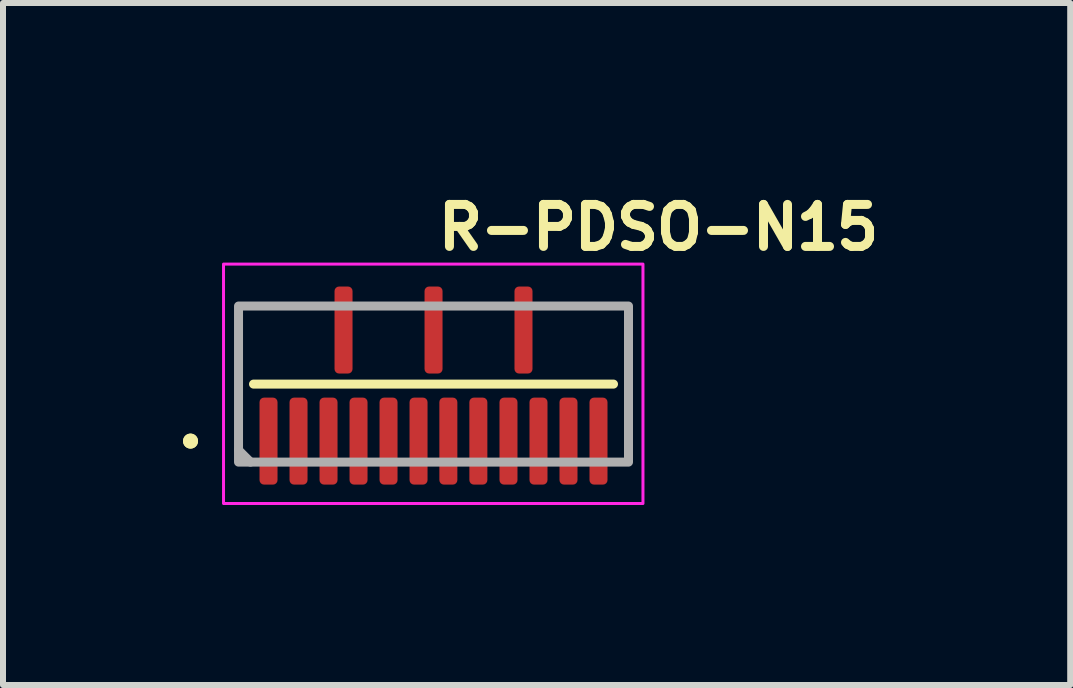
<source format=kicad_pcb>
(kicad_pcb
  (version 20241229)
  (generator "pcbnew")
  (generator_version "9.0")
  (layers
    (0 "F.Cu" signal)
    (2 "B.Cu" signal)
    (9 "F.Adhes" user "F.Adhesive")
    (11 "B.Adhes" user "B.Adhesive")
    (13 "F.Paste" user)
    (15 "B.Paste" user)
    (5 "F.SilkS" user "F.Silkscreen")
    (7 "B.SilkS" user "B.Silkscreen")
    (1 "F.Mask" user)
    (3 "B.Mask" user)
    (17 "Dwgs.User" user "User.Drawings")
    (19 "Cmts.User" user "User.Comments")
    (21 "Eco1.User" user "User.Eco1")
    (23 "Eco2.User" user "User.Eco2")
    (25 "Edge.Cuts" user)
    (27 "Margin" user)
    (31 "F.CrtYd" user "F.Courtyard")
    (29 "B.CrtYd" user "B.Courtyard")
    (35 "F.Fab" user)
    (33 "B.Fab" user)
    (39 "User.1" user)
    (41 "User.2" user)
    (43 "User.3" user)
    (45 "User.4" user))
  (footprint "R-PDSO-N15"
    (layer "F.Cu")
    (at 4.175 3.351)
    (property "Reference" "R-PDSO-N15" (at 0 -2.201 0) (layer "F.SilkS") (effects (font (size 0.7 0.7) (thickness 0.15)) (justify left bottom)))
    (attr smd)
    (fp_line (start 2.999 0) (end -3 0) (stroke (width 0.15) (type solid)) (layer "F.SilkS"))
    (fp_circle (center -4.05 0.95) (end -4 0.95) (stroke (width 0.15) (type solid)) (fill yes) (layer "F.SilkS"))
    (fp_circle (center -4.05 0.95) (end -4 0.95) (stroke (width 0.15) (type solid)) (fill yes) (layer "F.SilkS"))
    (fp_rect (start -3.5 -2) (end 3.49 1.99) (stroke (width 0.05) (type solid)) (fill no) (layer "F.CrtYd"))
    (fp_line (start -3.051 1.3) (end -3.25 1.1) (stroke (width 0.15) (type solid)) (layer "F.Fab"))
    (fp_rect (start -3.25 -1.301) (end 3.249 1.3) (stroke (width 0.15) (type solid)) (fill no) (layer "F.Fab"))
    (fp_rect (start -3.25 -1.301) (end 3.249 1.3) (stroke (width 0.1) (type solid)) (fill no) (layer "User.5"))
    (fp_rect (start -3.25 -1.301) (end 3.249 1.3) (stroke (width 0.1) (type solid)) (fill no) (layer "User.5"))
    (fp_line (start -3.25 -1.281) (end 3.249 -1.281) (stroke (width 0.02) (type solid)) (layer "User.9"))
    (fp_line (start -3.25 1.28) (end -3.25 -1.281) (stroke (width 0.02) (type solid)) (layer "User.9"))
    (fp_line (start -2.952 0.786) (end -2.949 0.773) (stroke (width 0.02) (type solid)) (layer "User.9"))
    (fp_line (start -2.952 0.8) (end -2.952 0.786) (stroke (width 0.02) (type solid)) (layer "User.9"))
    (fp_line (start -2.952 0.806) (end -2.952 0.8) (stroke (width 0.02) (type solid)) (layer "User.9"))
    (fp_line (start -2.952 0.813) (end -2.952 0.806) (stroke (width 0.02) (type solid)) (layer "User.9"))
    (fp_line (start -2.952 0.819) (end -2.952 0.813) (stroke (width 0.02) (type solid)) (layer "User.9"))
    (fp_line (start -2.949 0.773) (end -2.948 0.758) (stroke (width 0.02) (type solid)) (layer "User.9"))
    (fp_line (start -2.949 0.826) (end -2.952 0.819) (stroke (width 0.02) (type solid)) (layer "User.9"))
    (fp_line (start -2.948 0.758) (end -2.944 0.745) (stroke (width 0.02) (type solid)) (layer "User.9"))
    (fp_line (start -2.948 0.832) (end -2.949 0.826) (stroke (width 0.02) (type solid)) (layer "User.9"))
    (fp_line (start -2.948 0.837) (end -2.948 0.832) (stroke (width 0.02) (type solid)) (layer "User.9"))
    (fp_line (start -2.945 0.843) (end -2.948 0.837) (stroke (width 0.02) (type solid)) (layer "User.9"))
    (fp_line (start -2.944 0.745) (end -2.94 0.733) (stroke (width 0.02) (type solid)) (layer "User.9"))
    (fp_line (start -2.944 0.85) (end -2.945 0.843) (stroke (width 0.02) (type solid)) (layer "User.9"))
    (fp_line (start -2.943 0.856) (end -2.944 0.85) (stroke (width 0.02) (type solid)) (layer "User.9"))
    (fp_line (start -2.94 0.733) (end -2.935 0.721) (stroke (width 0.02) (type solid)) (layer "User.9"))
    (fp_line (start -2.94 0.862) (end -2.943 0.856) (stroke (width 0.02) (type solid)) (layer "User.9"))
    (fp_line (start -2.939 0.868) (end -2.94 0.862) (stroke (width 0.02) (type solid)) (layer "User.9"))
    (fp_line (start -2.935 0.721) (end -2.931 0.709) (stroke (width 0.02) (type solid)) (layer "User.9"))
    (fp_line (start -2.935 0.874) (end -2.939 0.868) (stroke (width 0.02) (type solid)) (layer "User.9"))
    (fp_line (start -2.935 0.88) (end -2.935 0.874) (stroke (width 0.02) (type solid)) (layer "User.9"))
    (fp_line (start -2.931 0.709) (end -2.924 0.7) (stroke (width 0.02) (type solid)) (layer "User.9"))
    (fp_line (start -2.931 0.886) (end -2.935 0.88) (stroke (width 0.02) (type solid)) (layer "User.9"))
    (fp_line (start -2.927 0.892) (end -2.931 0.886) (stroke (width 0.02) (type solid)) (layer "User.9"))
    (fp_line (start -2.924 0.7) (end -2.919 0.689) (stroke (width 0.02) (type solid)) (layer "User.9"))
    (fp_line (start -2.924 0.9) (end -2.927 0.892) (stroke (width 0.02) (type solid)) (layer "User.9"))
    (fp_line (start -2.92 0.905) (end -2.924 0.9) (stroke (width 0.02) (type solid)) (layer "User.9"))
    (fp_line (start -2.919 0.689) (end -2.911 0.678) (stroke (width 0.02) (type solid)) (layer "User.9"))
    (fp_line (start -2.919 0.91) (end -2.92 0.905) (stroke (width 0.02) (type solid)) (layer "User.9"))
    (fp_line (start -2.915 0.916) (end -2.919 0.91) (stroke (width 0.02) (type solid)) (layer "User.9"))
    (fp_line (start -2.911 0.678) (end -2.903 0.668) (stroke (width 0.02) (type solid)) (layer "User.9"))
    (fp_line (start -2.911 0.921) (end -2.915 0.916) (stroke (width 0.02) (type solid)) (layer "User.9"))
    (fp_line (start -2.907 0.926) (end -2.911 0.921) (stroke (width 0.02) (type solid)) (layer "User.9"))
    (fp_line (start -2.903 0.668) (end -2.892 0.658) (stroke (width 0.02) (type solid)) (layer "User.9"))
    (fp_line (start -2.903 0.931) (end -2.907 0.926) (stroke (width 0.02) (type solid)) (layer "User.9"))
    (fp_line (start -2.9 1.3) (end -2.9 1.28) (stroke (width 0.02) (type solid)) (layer "User.9"))
    (fp_line (start -2.899 0.936) (end -2.903 0.931) (stroke (width 0.02) (type solid)) (layer "User.9"))
    (fp_line (start -2.892 0.658) (end -2.883 0.649) (stroke (width 0.02) (type solid)) (layer "User.9"))
    (fp_line (start -2.892 0.941) (end -2.899 0.936) (stroke (width 0.02) (type solid)) (layer "User.9"))
    (fp_line (start -2.888 0.945) (end -2.892 0.941) (stroke (width 0.02) (type solid)) (layer "User.9"))
    (fp_line (start -2.883 0.649) (end -2.875 0.641) (stroke (width 0.02) (type solid)) (layer "User.9"))
    (fp_line (start -2.883 0.95) (end -2.888 0.945) (stroke (width 0.02) (type solid)) (layer "User.9"))
    (fp_line (start -2.879 0.954) (end -2.883 0.95) (stroke (width 0.02) (type solid)) (layer "User.9"))
    (fp_line (start -2.875 0.641) (end -2.863 0.631) (stroke (width 0.02) (type solid)) (layer "User.9"))
    (fp_line (start -2.875 0.958) (end -2.879 0.954) (stroke (width 0.02) (type solid)) (layer "User.9"))
    (fp_line (start -2.867 0.96) (end -2.875 0.958) (stroke (width 0.02) (type solid)) (layer "User.9"))
    (fp_line (start -2.863 0.631) (end -2.851 0.624) (stroke (width 0.02) (type solid)) (layer "User.9"))
    (fp_line (start -2.863 0.964) (end -2.867 0.96) (stroke (width 0.02) (type solid)) (layer "User.9"))
    (fp_line (start -2.856 0.967) (end -2.863 0.964) (stroke (width 0.02) (type solid)) (layer "User.9"))
    (fp_line (start -2.851 0.624) (end -2.851 0.624) (stroke (width 0.02) (type solid)) (layer "User.9"))
    (fp_line (start -2.851 0.624) (end -2.839 0.618) (stroke (width 0.02) (type solid)) (layer "User.9"))
    (fp_line (start -2.851 0.971) (end -2.856 0.967) (stroke (width 0.02) (type solid)) (layer "User.9"))
    (fp_line (start -2.851 0.971) (end -2.851 0.971) (stroke (width 0.02) (type solid)) (layer "User.9"))
    (fp_line (start -2.839 0.618) (end -2.827 0.613) (stroke (width 0.02) (type solid)) (layer "User.9"))
    (fp_line (start -2.839 0.977) (end -2.851 0.971) (stroke (width 0.02) (type solid)) (layer "User.9"))
    (fp_line (start -2.827 0.613) (end -2.814 0.608) (stroke (width 0.02) (type solid)) (layer "User.9"))
    (fp_line (start -2.827 0.982) (end -2.839 0.977) (stroke (width 0.02) (type solid)) (layer "User.9"))
    (fp_line (start -2.814 0.608) (end -2.802 0.604) (stroke (width 0.02) (type solid)) (layer "User.9"))
    (fp_line (start -2.814 0.987) (end -2.827 0.982) (stroke (width 0.02) (type solid)) (layer "User.9"))
    (fp_line (start -2.802 0.604) (end -2.79 0.601) (stroke (width 0.02) (type solid)) (layer "User.9"))
    (fp_line (start -2.802 0.991) (end -2.814 0.987) (stroke (width 0.02) (type solid)) (layer "User.9"))
    (fp_line (start -2.79 0.601) (end -2.778 0.599) (stroke (width 0.02) (type solid)) (layer "User.9"))
    (fp_line (start -2.79 0.994) (end -2.802 0.991) (stroke (width 0.02) (type solid)) (layer "User.9"))
    (fp_line (start -2.778 0.599) (end -2.763 0.598) (stroke (width 0.02) (type solid)) (layer "User.9"))
    (fp_line (start -2.778 0.996) (end -2.79 0.994) (stroke (width 0.02) (type solid)) (layer "User.9"))
    (fp_line (start -2.763 0.598) (end -2.75 0.598) (stroke (width 0.02) (type solid)) (layer "User.9"))
    (fp_line (start -2.763 0.997) (end -2.778 0.996) (stroke (width 0.02) (type solid)) (layer "User.9"))
    (fp_line (start -2.75 0.598) (end -2.738 0.598) (stroke (width 0.02) (type solid)) (layer "User.9"))
    (fp_line (start -2.75 0.998) (end -2.763 0.997) (stroke (width 0.02) (type solid)) (layer "User.9"))
    (fp_line (start -2.738 0.598) (end -2.726 0.599) (stroke (width 0.02) (type solid)) (layer "User.9"))
    (fp_line (start -2.738 0.997) (end -2.75 0.998) (stroke (width 0.02) (type solid)) (layer "User.9"))
    (fp_line (start -2.726 0.599) (end -2.714 0.601) (stroke (width 0.02) (type solid)) (layer "User.9"))
    (fp_line (start -2.726 0.996) (end -2.738 0.997) (stroke (width 0.02) (type solid)) (layer "User.9"))
    (fp_line (start -2.714 0.601) (end -2.699 0.604) (stroke (width 0.02) (type solid)) (layer "User.9"))
    (fp_line (start -2.714 0.994) (end -2.726 0.996) (stroke (width 0.02) (type solid)) (layer "User.9"))
    (fp_line (start -2.699 0.604) (end -2.689 0.608) (stroke (width 0.02) (type solid)) (layer "User.9"))
    (fp_line (start -2.699 0.991) (end -2.714 0.994) (stroke (width 0.02) (type solid)) (layer "User.9"))
    (fp_line (start -2.689 0.608) (end -2.674 0.613) (stroke (width 0.02) (type solid)) (layer "User.9"))
    (fp_line (start -2.689 0.987) (end -2.699 0.991) (stroke (width 0.02) (type solid)) (layer "User.9"))
    (fp_line (start -2.674 0.613) (end -2.662 0.618) (stroke (width 0.02) (type solid)) (layer "User.9"))
    (fp_line (start -2.674 0.982) (end -2.689 0.987) (stroke (width 0.02) (type solid)) (layer "User.9"))
    (fp_line (start -2.662 0.618) (end -2.65 0.624) (stroke (width 0.02) (type solid)) (layer "User.9"))
    (fp_line (start -2.662 0.977) (end -2.674 0.982) (stroke (width 0.02) (type solid)) (layer "User.9"))
    (fp_line (start -2.65 0.624) (end -2.65 0.624) (stroke (width 0.02) (type solid)) (layer "User.9"))
    (fp_line (start -2.65 0.624) (end -2.645 0.628) (stroke (width 0.02) (type solid)) (layer "User.9"))
    (fp_line (start -2.65 0.971) (end -2.662 0.977) (stroke (width 0.02) (type solid)) (layer "User.9"))
    (fp_line (start -2.65 0.971) (end -2.65 0.971) (stroke (width 0.02) (type solid)) (layer "User.9"))
    (fp_line (start -2.645 0.628) (end -2.641 0.631) (stroke (width 0.02) (type solid)) (layer "User.9"))
    (fp_line (start -2.641 0.631) (end -2.634 0.635) (stroke (width 0.02) (type solid)) (layer "User.9"))
    (fp_line (start -2.641 0.964) (end -2.65 0.971) (stroke (width 0.02) (type solid)) (layer "User.9"))
    (fp_line (start -2.634 0.635) (end -2.629 0.641) (stroke (width 0.02) (type solid)) (layer "User.9"))
    (fp_line (start -2.629 0.641) (end -2.625 0.645) (stroke (width 0.02) (type solid)) (layer "User.9"))
    (fp_line (start -2.629 0.958) (end -2.641 0.964) (stroke (width 0.02) (type solid)) (layer "User.9"))
    (fp_line (start -2.625 0.645) (end -2.618 0.649) (stroke (width 0.02) (type solid)) (layer "User.9"))
    (fp_line (start -2.618 0.649) (end -2.613 0.654) (stroke (width 0.02) (type solid)) (layer "User.9"))
    (fp_line (start -2.618 0.95) (end -2.629 0.958) (stroke (width 0.02) (type solid)) (layer "User.9"))
    (fp_line (start -2.613 0.654) (end -2.609 0.658) (stroke (width 0.02) (type solid)) (layer "User.9"))
    (fp_line (start -2.609 0.658) (end -2.605 0.663) (stroke (width 0.02) (type solid)) (layer "User.9"))
    (fp_line (start -2.609 0.941) (end -2.618 0.95) (stroke (width 0.02) (type solid)) (layer "User.9"))
    (fp_line (start -2.605 0.663) (end -2.601 0.668) (stroke (width 0.02) (type solid)) (layer "User.9"))
    (fp_line (start -2.601 0.668) (end -2.597 0.673) (stroke (width 0.02) (type solid)) (layer "User.9"))
    (fp_line (start -2.601 0.931) (end -2.609 0.941) (stroke (width 0.02) (type solid)) (layer "User.9"))
    (fp_line (start -2.601 1.28) (end -2.601 1.3) (stroke (width 0.02) (type solid)) (layer "User.9"))
    (fp_line (start -2.601 1.3) (end -2.9 1.3) (stroke (width 0.02) (type solid)) (layer "User.9"))
    (fp_line (start -2.597 0.673) (end -2.593 0.678) (stroke (width 0.02) (type solid)) (layer "User.9"))
    (fp_line (start -2.593 0.678) (end -2.589 0.683) (stroke (width 0.02) (type solid)) (layer "User.9"))
    (fp_line (start -2.593 0.921) (end -2.601 0.931) (stroke (width 0.02) (type solid)) (layer "User.9"))
    (fp_line (start -2.589 0.683) (end -2.585 0.689) (stroke (width 0.02) (type solid)) (layer "User.9"))
    (fp_line (start -2.585 0.689) (end -2.581 0.694) (stroke (width 0.02) (type solid)) (layer "User.9"))
    (fp_line (start -2.585 0.91) (end -2.593 0.921) (stroke (width 0.02) (type solid)) (layer "User.9"))
    (fp_line (start -2.581 0.694) (end -2.577 0.7) (stroke (width 0.02) (type solid)) (layer "User.9"))
    (fp_line (start -2.577 0.7) (end -2.574 0.703) (stroke (width 0.02) (type solid)) (layer "User.9"))
    (fp_line (start -2.577 0.9) (end -2.585 0.91) (stroke (width 0.02) (type solid)) (layer "User.9"))
    (fp_line (start -2.574 0.703) (end -2.573 0.709) (stroke (width 0.02) (type solid)) (layer "User.9"))
    (fp_line (start -2.573 0.709) (end -2.569 0.715) (stroke (width 0.02) (type solid)) (layer "User.9"))
    (fp_line (start -2.573 0.886) (end -2.577 0.9) (stroke (width 0.02) (type solid)) (layer "User.9"))
    (fp_line (start -2.569 0.715) (end -2.566 0.721) (stroke (width 0.02) (type solid)) (layer "User.9"))
    (fp_line (start -2.566 0.721) (end -2.565 0.727) (stroke (width 0.02) (type solid)) (layer "User.9"))
    (fp_line (start -2.566 0.874) (end -2.573 0.886) (stroke (width 0.02) (type solid)) (layer "User.9"))
    (fp_line (start -2.565 0.727) (end -2.561 0.733) (stroke (width 0.02) (type solid)) (layer "User.9"))
    (fp_line (start -2.561 0.733) (end -2.56 0.739) (stroke (width 0.02) (type solid)) (layer "User.9"))
    (fp_line (start -2.561 0.862) (end -2.566 0.874) (stroke (width 0.02) (type solid)) (layer "User.9"))
    (fp_line (start -2.56 0.739) (end -2.557 0.745) (stroke (width 0.02) (type solid)) (layer "User.9"))
    (fp_line (start -2.557 0.745) (end -2.556 0.752) (stroke (width 0.02) (type solid)) (layer "User.9"))
    (fp_line (start -2.557 0.85) (end -2.561 0.862) (stroke (width 0.02) (type solid)) (layer "User.9"))
    (fp_line (start -2.556 0.752) (end -2.556 0.758) (stroke (width 0.02) (type solid)) (layer "User.9"))
    (fp_line (start -2.556 0.758) (end -2.553 0.764) (stroke (width 0.02) (type solid)) (layer "User.9"))
    (fp_line (start -2.556 0.837) (end -2.557 0.85) (stroke (width 0.02) (type solid)) (layer "User.9"))
    (fp_line (start -2.553 0.764) (end -2.552 0.773) (stroke (width 0.02) (type solid)) (layer "User.9"))
    (fp_line (start -2.552 0.773) (end -2.552 0.78) (stroke (width 0.02) (type solid)) (layer "User.9"))
    (fp_line (start -2.552 0.78) (end -2.552 0.786) (stroke (width 0.02) (type solid)) (layer "User.9"))
    (fp_line (start -2.552 0.786) (end -2.552 0.793) (stroke (width 0.02) (type solid)) (layer "User.9"))
    (fp_line (start -2.552 0.793) (end -2.552 0.8) (stroke (width 0.02) (type solid)) (layer "User.9"))
    (fp_line (start -2.552 0.8) (end -2.552 0.813) (stroke (width 0.02) (type solid)) (layer "User.9"))
    (fp_line (start -2.552 0.813) (end -2.552 0.826) (stroke (width 0.02) (type solid)) (layer "User.9"))
    (fp_line (start -2.552 0.826) (end -2.556 0.837) (stroke (width 0.02) (type solid)) (layer "User.9"))
    (fp_line (start -2.4 1.28) (end -2.4 1.3) (stroke (width 0.02) (type solid)) (layer "User.9"))
    (fp_line (start -2.4 1.3) (end -2.101 1.3) (stroke (width 0.02) (type solid)) (layer "User.9"))
    (fp_line (start -2.101 1.3) (end -2.101 1.28) (stroke (width 0.02) (type solid)) (layer "User.9"))
    (fp_line (start -1.901 1.28) (end -1.901 1.3) (stroke (width 0.02) (type solid)) (layer "User.9"))
    (fp_line (start -1.901 1.3) (end -1.601 1.3) (stroke (width 0.02) (type solid)) (layer "User.9"))
    (fp_line (start -1.651 -1.301) (end -1.651 -1.281) (stroke (width 0.02) (type solid)) (layer "User.9"))
    (fp_line (start -1.601 1.3) (end -1.601 1.28) (stroke (width 0.02) (type solid)) (layer "User.9"))
    (fp_line (start -1.401 1.28) (end -1.401 1.3) (stroke (width 0.02) (type solid)) (layer "User.9"))
    (fp_line (start -1.401 1.3) (end -1.101 1.3) (stroke (width 0.02) (type solid)) (layer "User.9"))
    (fp_line (start -1.351 -1.301) (end -1.651 -1.301) (stroke (width 0.02) (type solid)) (layer "User.9"))
    (fp_line (start -1.351 -1.281) (end -1.351 -1.301) (stroke (width 0.02) (type solid)) (layer "User.9"))
    (fp_line (start -1.101 1.3) (end -1.101 1.28) (stroke (width 0.02) (type solid)) (layer "User.9"))
    (fp_line (start -0.903 1.28) (end -0.903 1.3) (stroke (width 0.02) (type solid)) (layer "User.9"))
    (fp_line (start -0.903 1.3) (end -0.601 1.3) (stroke (width 0.02) (type solid)) (layer "User.9"))
    (fp_line (start -0.601 1.3) (end -0.601 1.28) (stroke (width 0.02) (type solid)) (layer "User.9"))
    (fp_line (start -0.403 1.28) (end -0.403 1.3) (stroke (width 0.02) (type solid)) (layer "User.9"))
    (fp_line (start -0.403 1.3) (end -0.103 1.3) (stroke (width 0.02) (type solid)) (layer "User.9"))
    (fp_line (start -0.15 -1.301) (end -0.15 -1.281) (stroke (width 0.02) (type solid)) (layer "User.9"))
    (fp_line (start -0.103 1.3) (end -0.103 1.28) (stroke (width 0.02) (type solid)) (layer "User.9"))
    (fp_line (start 0.099 1.28) (end 0.099 1.3) (stroke (width 0.02) (type solid)) (layer "User.9"))
    (fp_line (start 0.099 1.3) (end 0.399 1.3) (stroke (width 0.02) (type solid)) (layer "User.9"))
    (fp_line (start 0.148 -1.301) (end -0.15 -1.301) (stroke (width 0.02) (type solid)) (layer "User.9"))
    (fp_line (start 0.148 -1.281) (end 0.148 -1.301) (stroke (width 0.02) (type solid)) (layer "User.9"))
    (fp_line (start 0.399 1.3) (end 0.399 1.28) (stroke (width 0.02) (type solid)) (layer "User.9"))
    (fp_line (start 0.598 1.28) (end 0.598 1.3) (stroke (width 0.02) (type solid)) (layer "User.9"))
    (fp_line (start 0.598 1.3) (end 0.9 1.3) (stroke (width 0.02) (type solid)) (layer "User.9"))
    (fp_line (start 0.9 1.3) (end 0.9 1.28) (stroke (width 0.02) (type solid)) (layer "User.9"))
    (fp_line (start 1.1 1.28) (end 1.1 1.3) (stroke (width 0.02) (type solid)) (layer "User.9"))
    (fp_line (start 1.1 1.3) (end 1.398 1.3) (stroke (width 0.02) (type solid)) (layer "User.9"))
    (fp_line (start 1.35 -1.301) (end 1.35 -1.281) (stroke (width 0.02) (type solid)) (layer "User.9"))
    (fp_line (start 1.398 1.3) (end 1.398 1.28) (stroke (width 0.02) (type solid)) (layer "User.9"))
    (fp_line (start 1.6 1.28) (end 1.6 1.3) (stroke (width 0.02) (type solid)) (layer "User.9"))
    (fp_line (start 1.6 1.3) (end 1.898 1.3) (stroke (width 0.02) (type solid)) (layer "User.9"))
    (fp_line (start 1.648 -1.301) (end 1.35 -1.301) (stroke (width 0.02) (type solid)) (layer "User.9"))
    (fp_line (start 1.648 -1.281) (end 1.648 -1.301) (stroke (width 0.02) (type solid)) (layer "User.9"))
    (fp_line (start 1.898 1.3) (end 1.898 1.28) (stroke (width 0.02) (type solid)) (layer "User.9"))
    (fp_line (start 2.1 1.28) (end 2.1 1.3) (stroke (width 0.02) (type solid)) (layer "User.9"))
    (fp_line (start 2.1 1.3) (end 2.398 1.3) (stroke (width 0.02) (type solid)) (layer "User.9"))
    (fp_line (start 2.398 1.3) (end 2.398 1.28) (stroke (width 0.02) (type solid)) (layer "User.9"))
    (fp_line (start 2.6 1.28) (end 2.6 1.3) (stroke (width 0.02) (type solid)) (layer "User.9"))
    (fp_line (start 2.6 1.3) (end 2.898 1.3) (stroke (width 0.02) (type solid)) (layer "User.9"))
    (fp_line (start 2.898 1.3) (end 2.898 1.28) (stroke (width 0.02) (type solid)) (layer "User.9"))
    (fp_line (start 3.249 -1.281) (end 3.249 1.28) (stroke (width 0.02) (type solid)) (layer "User.9"))
    (fp_line (start 3.249 1.28) (end -3.25 1.28) (stroke (width 0.02) (type solid)) (layer "User.9"))
    (pad "1" smd roundrect (at -2.75 0.95) (size 0.3 1.45) (layers "F.Cu" "F.Mask" "F.Paste") (roundrect_rratio 0.25))
    (pad "2" smd roundrect (at -2.25 0.95) (size 0.3 1.45) (layers "F.Cu" "F.Mask" "F.Paste") (roundrect_rratio 0.25))
    (pad "3" smd roundrect (at -1.75 0.95) (size 0.3 1.45) (layers "F.Cu" "F.Mask" "F.Paste") (roundrect_rratio 0.25))
    (pad "4" smd roundrect (at -1.25 0.95) (size 0.3 1.45) (layers "F.Cu" "F.Mask" "F.Paste") (roundrect_rratio 0.25))
    (pad "5" smd roundrect (at -0.75 0.95) (size 0.3 1.45) (layers "F.Cu" "F.Mask" "F.Paste") (roundrect_rratio 0.25))
    (pad "6" smd roundrect (at -0.25 0.95) (size 0.3 1.45) (layers "F.Cu" "F.Mask" "F.Paste") (roundrect_rratio 0.25))
    (pad "7" smd roundrect (at 0.247 0.95) (size 0.3 1.45) (layers "F.Cu" "F.Mask" "F.Paste") (roundrect_rratio 0.25))
    (pad "8" smd roundrect (at 0.747 0.95) (size 0.3 1.45) (layers "F.Cu" "F.Mask" "F.Paste") (roundrect_rratio 0.25))
    (pad "9" smd roundrect (at 1.249 0.95) (size 0.3 1.45) (layers "F.Cu" "F.Mask" "F.Paste") (roundrect_rratio 0.25))
    (pad "10" smd roundrect (at 1.749 0.95) (size 0.3 1.45) (layers "F.Cu" "F.Mask" "F.Paste") (roundrect_rratio 0.25))
    (pad "11" smd roundrect (at 2.249 0.95) (size 0.3 1.45) (layers "F.Cu" "F.Mask" "F.Paste") (roundrect_rratio 0.25))
    (pad "12" smd roundrect (at 2.749 0.95) (size 0.3 1.45) (layers "F.Cu" "F.Mask" "F.Paste") (roundrect_rratio 0.25))
    (pad "13" smd roundrect (at 1.499 -0.901) (size 0.3 1.45) (layers "F.Cu" "F.Mask" "F.Paste") (roundrect_rratio 0.25))
    (pad "14" smd roundrect (at 0 -0.901) (size 0.3 1.45) (layers "F.Cu" "F.Mask" "F.Paste") (roundrect_rratio 0.25))
    (pad "15" smd roundrect (at -1.5 -0.901) (size 0.3 1.45) (layers "F.Cu" "F.Mask" "F.Paste") (roundrect_rratio 0.25)))
  (gr_rect
    (start -3 -3)
    (end 14.785 8.366)
    (stroke (width 0.1) (type default))
    (fill no)
    (layer "Edge.Cuts")))
</source>
